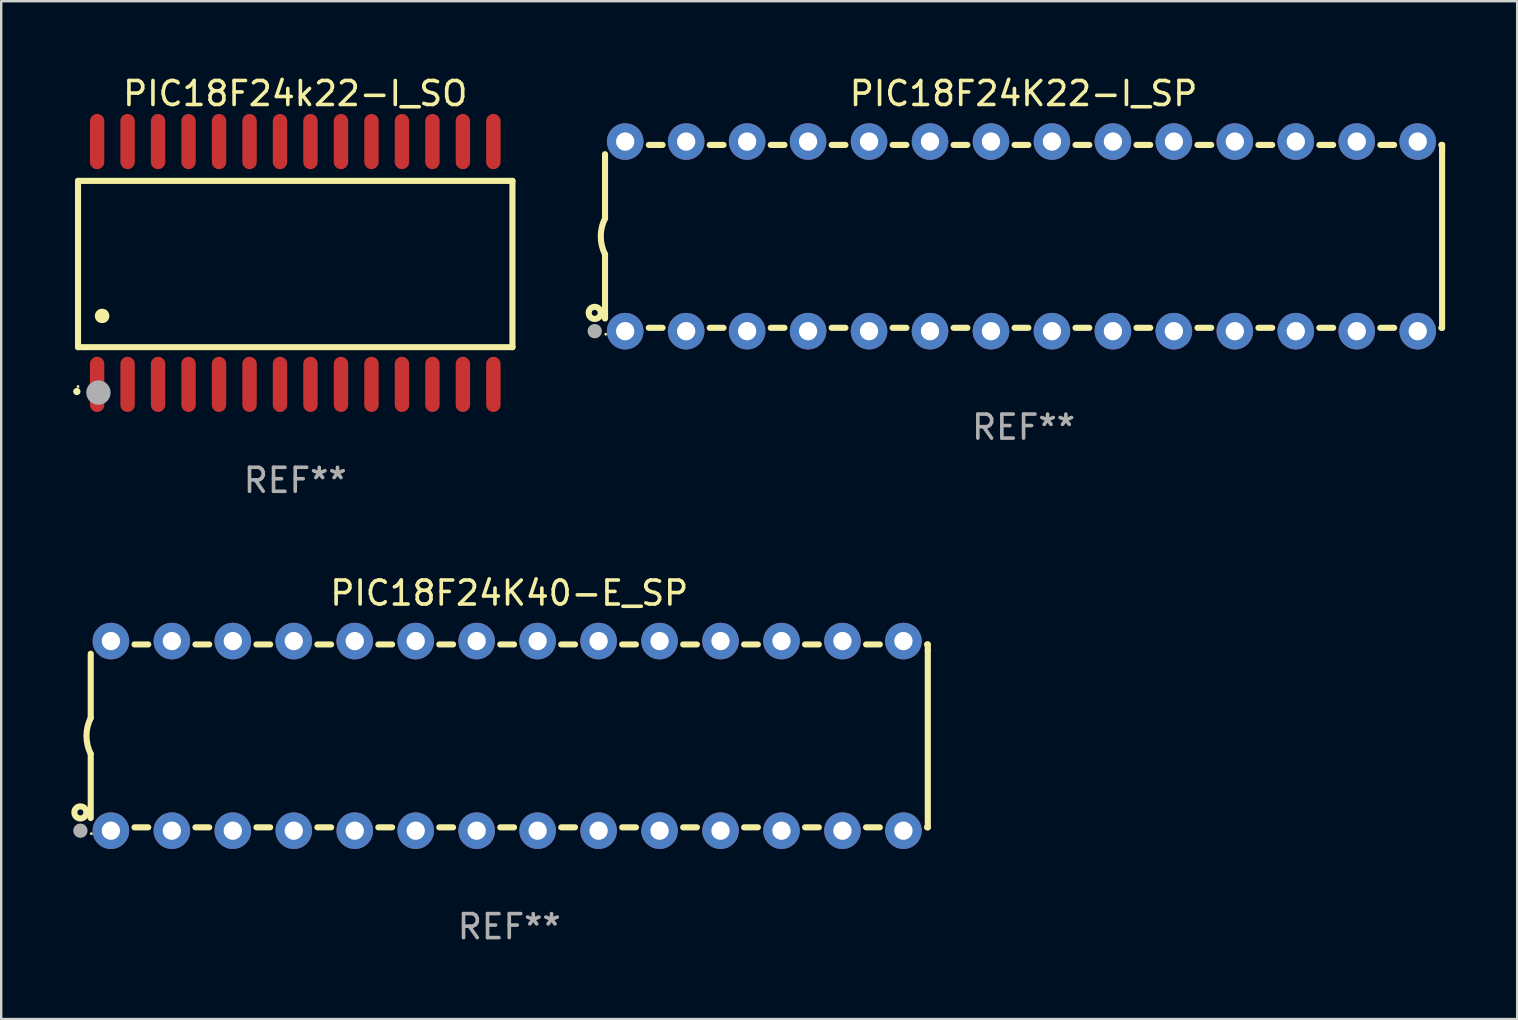
<source format=kicad_pcb>
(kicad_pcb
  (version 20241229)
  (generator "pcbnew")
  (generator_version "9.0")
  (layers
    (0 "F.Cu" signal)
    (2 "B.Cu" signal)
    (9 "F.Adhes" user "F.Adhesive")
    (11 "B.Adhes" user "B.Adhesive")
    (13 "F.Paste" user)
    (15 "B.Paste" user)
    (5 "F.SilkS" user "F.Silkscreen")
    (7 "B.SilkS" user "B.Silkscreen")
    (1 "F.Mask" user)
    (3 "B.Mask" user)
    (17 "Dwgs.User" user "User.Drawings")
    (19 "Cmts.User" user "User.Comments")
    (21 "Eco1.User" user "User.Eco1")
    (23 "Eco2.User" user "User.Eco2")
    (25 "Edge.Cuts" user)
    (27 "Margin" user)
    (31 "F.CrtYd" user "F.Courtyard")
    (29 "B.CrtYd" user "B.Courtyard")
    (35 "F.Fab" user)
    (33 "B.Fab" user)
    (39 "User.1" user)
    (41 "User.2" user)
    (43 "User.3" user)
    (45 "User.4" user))
  (footprint "PIC18F24K22-I_SP"
    (layer "F.Cu")
    (at 39.596 6.798)
    (property "Reference" "PIC18F24K22-I_SP" (at 0 -5.95 0) (layer "F.SilkS") (effects (font (size 1 1) (thickness 0.15))))
    (attr through_hole)
    (fp_line (start -17.438 0.75) (end -17.438 3.423) (stroke (width 0.254) (type solid)) (layer "F.SilkS"))
    (fp_line (start -17.438 -3.423) (end -17.438 -0.75) (stroke (width 0.254) (type solid)) (layer "F.SilkS"))
    (fp_line (start -15.615 3.81) (end -15.041 3.81) (stroke (width 0.254) (type solid)) (layer "F.SilkS"))
    (fp_line (start -15.041 -3.81) (end -15.614 -3.81) (stroke (width 0.254) (type solid)) (layer "F.SilkS"))
    (fp_line (start -13.075 3.81) (end -12.501 3.81) (stroke (width 0.254) (type solid)) (layer "F.SilkS"))
    (fp_line (start -12.501 -3.81) (end -13.074 -3.81) (stroke (width 0.254) (type solid)) (layer "F.SilkS"))
    (fp_line (start -10.535 3.81) (end -9.961 3.81) (stroke (width 0.254) (type solid)) (layer "F.SilkS"))
    (fp_line (start -9.961 -3.81) (end -10.534 -3.81) (stroke (width 0.254) (type solid)) (layer "F.SilkS"))
    (fp_line (start -7.995 3.81) (end -7.421 3.81) (stroke (width 0.254) (type solid)) (layer "F.SilkS"))
    (fp_line (start -7.421 -3.81) (end -7.995 -3.81) (stroke (width 0.254) (type solid)) (layer "F.SilkS"))
    (fp_line (start -5.455 3.81) (end -4.881 3.81) (stroke (width 0.254) (type solid)) (layer "F.SilkS"))
    (fp_line (start -4.881 -3.81) (end -5.455 -3.81) (stroke (width 0.254) (type solid)) (layer "F.SilkS"))
    (fp_line (start -2.915 3.81) (end -2.341 3.81) (stroke (width 0.254) (type solid)) (layer "F.SilkS"))
    (fp_line (start -2.341 -3.81) (end -2.915 -3.81) (stroke (width 0.254) (type solid)) (layer "F.SilkS"))
    (fp_line (start -0.375 3.81) (end 0.199 3.81) (stroke (width 0.254) (type solid)) (layer "F.SilkS"))
    (fp_line (start 0.199 -3.81) (end -0.375 -3.81) (stroke (width 0.254) (type solid)) (layer "F.SilkS"))
    (fp_line (start 2.165 3.81) (end 2.739 3.81) (stroke (width 0.254) (type solid)) (layer "F.SilkS"))
    (fp_line (start 2.739 -3.81) (end 2.165 -3.81) (stroke (width 0.254) (type solid)) (layer "F.SilkS"))
    (fp_line (start 4.705 3.81) (end 5.279 3.81) (stroke (width 0.254) (type solid)) (layer "F.SilkS"))
    (fp_line (start 5.279 -3.81) (end 4.705 -3.81) (stroke (width 0.254) (type solid)) (layer "F.SilkS"))
    (fp_line (start 7.245 3.81) (end 7.819 3.81) (stroke (width 0.254) (type solid)) (layer "F.SilkS"))
    (fp_line (start 7.819 -3.81) (end 7.245 -3.81) (stroke (width 0.254) (type solid)) (layer "F.SilkS"))
    (fp_line (start 9.785 3.81) (end 10.359 3.81) (stroke (width 0.254) (type solid)) (layer "F.SilkS"))
    (fp_line (start 10.359 -3.81) (end 9.785 -3.81) (stroke (width 0.254) (type solid)) (layer "F.SilkS"))
    (fp_line (start 12.325 3.81) (end 12.899 3.81) (stroke (width 0.254) (type solid)) (layer "F.SilkS"))
    (fp_line (start 12.899 -3.81) (end 12.325 -3.81) (stroke (width 0.254) (type solid)) (layer "F.SilkS"))
    (fp_line (start 14.865 3.81) (end 15.439 3.81) (stroke (width 0.254) (type solid)) (layer "F.SilkS"))
    (fp_line (start 15.439 -3.81) (end 14.865 -3.81) (stroke (width 0.254) (type solid)) (layer "F.SilkS"))
    (fp_line (start 17.405 3.81) (end 17.438 3.81) (stroke (width 0.254) (type solid)) (layer "F.SilkS"))
    (fp_line (start 17.438 -3.81) (end 17.405 -3.81) (stroke (width 0.254) (type solid)) (layer "F.SilkS"))
    (fp_line (start 17.438 -3.556) (end 17.438 -3.81) (stroke (width 0.254) (type solid)) (layer "F.SilkS"))
    (fp_line (start 17.438 3.81) (end 17.438 -3.556) (stroke (width 0.254) (type solid)) (layer "F.SilkS"))
    (fp_arc (start -17.437986 0.749657) (mid -17.614887 -0.000024) (end -17.437783 -0.749657) (stroke (width 0.254001) (type solid)) (layer "F.SilkS"))
    (fp_circle (center -17.868 3.188) (end -17.743 3.188) (stroke (width 0.254) (type solid)) (fill no) (layer "F.SilkS"))
    (fp_circle (center -17.411 4.077) (end -17.381 4.077) (stroke (width 0.06) (type solid)) (fill no) (layer "F.SilkS"))
    (fp_circle (center -17.868 3.95) (end -17.718 3.95) (stroke (width 0.3) (type solid)) (fill no) (layer "F.Fab"))
    (fp_text user "REF**" (at 0 7.95 0) (layer "F.Fab") (effects (font (size 1 1) (thickness 0.15))))
    (pad "1" thru_hole circle (at -16.598 3.95) (size 1.524 1.524) (drill 0.762) (layers "*.Cu" "*.Mask"))
    (pad "2" thru_hole circle (at -14.058 3.95) (size 1.524 1.524) (drill 0.762) (layers "*.Cu" "*.Mask"))
    (pad "3" thru_hole circle (at -11.518 3.95) (size 1.524 1.524) (drill 0.762) (layers "*.Cu" "*.Mask"))
    (pad "4" thru_hole circle (at -8.978 3.95) (size 1.524 1.524) (drill 0.762) (layers "*.Cu" "*.Mask"))
    (pad "5" thru_hole circle (at -6.438 3.95) (size 1.524 1.524) (drill 0.762) (layers "*.Cu" "*.Mask"))
    (pad "6" thru_hole circle (at -3.898 3.95) (size 1.524 1.524) (drill 0.762) (layers "*.Cu" "*.Mask"))
    (pad "7" thru_hole circle (at -1.358 3.95) (size 1.524 1.524) (drill 0.762) (layers "*.Cu" "*.Mask"))
    (pad "8" thru_hole circle (at 1.182 3.95) (size 1.524 1.524) (drill 0.762) (layers "*.Cu" "*.Mask"))
    (pad "9" thru_hole circle (at 3.722 3.95) (size 1.524 1.524) (drill 0.762) (layers "*.Cu" "*.Mask"))
    (pad "10" thru_hole circle (at 6.262 3.95) (size 1.524 1.524) (drill 0.762) (layers "*.Cu" "*.Mask"))
    (pad "11" thru_hole circle (at 8.802 3.95) (size 1.524 1.524) (drill 0.762) (layers "*.Cu" "*.Mask"))
    (pad "12" thru_hole circle (at 11.342 3.95) (size 1.524 1.524) (drill 0.762) (layers "*.Cu" "*.Mask"))
    (pad "13" thru_hole circle (at 13.882 3.95) (size 1.524 1.524) (drill 0.762) (layers "*.Cu" "*.Mask"))
    (pad "14" thru_hole circle (at 16.422 3.95) (size 1.524 1.524) (drill 0.762) (layers "*.Cu" "*.Mask"))
    (pad "15" thru_hole circle (at 16.422 -3.95) (size 1.524 1.524) (drill 0.762) (layers "*.Cu" "*.Mask"))
    (pad "16" thru_hole circle (at 13.882 -3.95) (size 1.524 1.524) (drill 0.762) (layers "*.Cu" "*.Mask"))
    (pad "17" thru_hole circle (at 11.342 -3.95) (size 1.524 1.524) (drill 0.762) (layers "*.Cu" "*.Mask"))
    (pad "18" thru_hole circle (at 8.802 -3.95) (size 1.524 1.524) (drill 0.762) (layers "*.Cu" "*.Mask"))
    (pad "19" thru_hole circle (at 6.262 -3.95) (size 1.524 1.524) (drill 0.762) (layers "*.Cu" "*.Mask"))
    (pad "20" thru_hole circle (at 3.722 -3.95) (size 1.524 1.524) (drill 0.762) (layers "*.Cu" "*.Mask"))
    (pad "21" thru_hole circle (at 1.182 -3.95) (size 1.524 1.524) (drill 0.762) (layers "*.Cu" "*.Mask"))
    (pad "22" thru_hole circle (at -1.358 -3.95) (size 1.524 1.524) (drill 0.762) (layers "*.Cu" "*.Mask"))
    (pad "23" thru_hole circle (at -3.898 -3.95) (size 1.524 1.524) (drill 0.762) (layers "*.Cu" "*.Mask"))
    (pad "24" thru_hole circle (at -6.438 -3.95) (size 1.524 1.524) (drill 0.762) (layers "*.Cu" "*.Mask"))
    (pad "25" thru_hole circle (at -8.978 -3.95) (size 1.524 1.524) (drill 0.762) (layers "*.Cu" "*.Mask"))
    (pad "26" thru_hole circle (at -11.517 -3.95) (size 1.524 1.524) (drill 0.762) (layers "*.Cu" "*.Mask"))
    (pad "27" thru_hole circle (at -14.057 -3.95) (size 1.524 1.524) (drill 0.762) (layers "*.Cu" "*.Mask"))
    (pad "28" thru_hole circle (at -16.597 -3.95) (size 1.524 1.524) (drill 0.762) (layers "*.Cu" "*.Mask")))
  (footprint "PIC18F24k22-I_SO"
    (layer "F.Cu")
    (at 9.251 7.906)
    (property "Reference" "PIC18F24k22-I_SO" (at 0 -7.058 0) (layer "F.SilkS") (effects (font (size 1 1) (thickness 0.15))))
    (attr through_hole)
    (fp_line (start -9.05 -3.42) (end 9.05 -3.42) (stroke (width 0.254) (type solid)) (layer "F.SilkS"))
    (fp_line (start -9.05 -2.492) (end -9.05 -3.42) (stroke (width 0.254) (type solid)) (layer "F.SilkS"))
    (fp_line (start -9.05 3.508) (end -9.05 -2.492) (stroke (width 0.254) (type solid)) (layer "F.SilkS"))
    (fp_line (start 9.05 -3.42) (end 9.05 3.508) (stroke (width 0.254) (type solid)) (layer "F.SilkS"))
    (fp_line (start 9.05 3.508) (end -9.05 3.508) (stroke (width 0.254) (type solid)) (layer "F.SilkS"))
    (fp_arc (start -9.100838 5.35649) (mid -9.099568 5.356485) (end -9.098298 5.35649) (stroke (width 0.3) (type solid)) (layer "F.SilkS"))
    (fp_arc (start -8.049276 2.206883) (mid -8.046736 2.206872) (end -8.044196 2.206883) (stroke (width 0.6) (type solid)) (layer "F.SilkS"))
    (fp_circle (center -9.05 5.15) (end -9.02 5.15) (stroke (width 0.06) (type solid)) (fill no) (layer "F.SilkS"))
    (fp_circle (center -8.2 5.4) (end -7.946 5.4) (stroke (width 0.508) (type solid)) (fill no) (layer "F.Fab"))
    (fp_text user "REF**" (at 0 9.058 0) (layer "F.Fab") (effects (font (size 1 1) (thickness 0.15))))
    (pad "1" smd oval (at -8.255 5.058 180) (size 0.6 2.3) (layers "F.Cu" "F.Mask" "F.Paste"))
    (pad "2" smd oval (at -6.985 5.058 180) (size 0.6 2.3) (layers "F.Cu" "F.Mask" "F.Paste"))
    (pad "3" smd oval (at -5.715 5.058 180) (size 0.6 2.3) (layers "F.Cu" "F.Mask" "F.Paste"))
    (pad "4" smd oval (at -4.445 5.058 180) (size 0.6 2.3) (layers "F.Cu" "F.Mask" "F.Paste"))
    (pad "5" smd oval (at -3.175 5.058 180) (size 0.6 2.3) (layers "F.Cu" "F.Mask" "F.Paste"))
    (pad "6" smd oval (at -1.905 5.058 180) (size 0.6 2.3) (layers "F.Cu" "F.Mask" "F.Paste"))
    (pad "7" smd oval (at -0.635 5.058 180) (size 0.6 2.3) (layers "F.Cu" "F.Mask" "F.Paste"))
    (pad "8" smd oval (at 0.635 5.058 180) (size 0.6 2.3) (layers "F.Cu" "F.Mask" "F.Paste"))
    (pad "9" smd oval (at 1.905 5.058 180) (size 0.6 2.3) (layers "F.Cu" "F.Mask" "F.Paste"))
    (pad "10" smd oval (at 3.175 5.058 180) (size 0.6 2.3) (layers "F.Cu" "F.Mask" "F.Paste"))
    (pad "11" smd oval (at 4.445 5.058 180) (size 0.6 2.3) (layers "F.Cu" "F.Mask" "F.Paste"))
    (pad "12" smd oval (at 5.715 5.058 180) (size 0.6 2.3) (layers "F.Cu" "F.Mask" "F.Paste"))
    (pad "13" smd oval (at 6.985 5.058 180) (size 0.6 2.3) (layers "F.Cu" "F.Mask" "F.Paste"))
    (pad "14" smd oval (at 8.255 5.058 180) (size 0.6 2.3) (layers "F.Cu" "F.Mask" "F.Paste"))
    (pad "15" smd oval (at 8.255 -5.058 180) (size 0.6 2.3) (layers "F.Cu" "F.Mask" "F.Paste"))
    (pad "16" smd oval (at 6.985 -5.058 180) (size 0.6 2.3) (layers "F.Cu" "F.Mask" "F.Paste"))
    (pad "17" smd oval (at 5.715 -5.058 180) (size 0.6 2.3) (layers "F.Cu" "F.Mask" "F.Paste"))
    (pad "18" smd oval (at 4.445 -5.058 180) (size 0.6 2.3) (layers "F.Cu" "F.Mask" "F.Paste"))
    (pad "19" smd oval (at 3.175 -5.058 180) (size 0.6 2.3) (layers "F.Cu" "F.Mask" "F.Paste"))
    (pad "20" smd oval (at 1.905 -5.058 180) (size 0.6 2.3) (layers "F.Cu" "F.Mask" "F.Paste"))
    (pad "21" smd oval (at 0.635 -5.058 180) (size 0.6 2.3) (layers "F.Cu" "F.Mask" "F.Paste"))
    (pad "22" smd oval (at -0.635 -5.058 180) (size 0.6 2.3) (layers "F.Cu" "F.Mask" "F.Paste"))
    (pad "23" smd oval (at -1.905 -5.058 180) (size 0.6 2.3) (layers "F.Cu" "F.Mask" "F.Paste"))
    (pad "24" smd oval (at -3.175 -5.058 180) (size 0.6 2.3) (layers "F.Cu" "F.Mask" "F.Paste"))
    (pad "25" smd oval (at -4.445 -5.058 180) (size 0.6 2.3) (layers "F.Cu" "F.Mask" "F.Paste"))
    (pad "26" smd oval (at -5.715 -5.058 180) (size 0.6 2.3) (layers "F.Cu" "F.Mask" "F.Paste"))
    (pad "27" smd oval (at -6.985 -5.058 180) (size 0.6 2.3) (layers "F.Cu" "F.Mask" "F.Paste"))
    (pad "28" smd oval (at -8.255 -5.058 180) (size 0.6 2.3) (layers "F.Cu" "F.Mask" "F.Paste")))
  (footprint "PIC18F24K40-E_SP"
    (layer "F.Cu")
    (at 18.168 27.61)
    (property "Reference" "PIC18F24K40-E_SP" (at 0 -5.95 0) (layer "F.SilkS") (effects (font (size 1 1) (thickness 0.15))))
    (attr through_hole)
    (fp_line (start -17.438 0.75) (end -17.438 3.423) (stroke (width 0.254) (type solid)) (layer "F.SilkS"))
    (fp_line (start -17.438 -3.423) (end -17.438 -0.75) (stroke (width 0.254) (type solid)) (layer "F.SilkS"))
    (fp_line (start -15.615 3.81) (end -15.041 3.81) (stroke (width 0.254) (type solid)) (layer "F.SilkS"))
    (fp_line (start -15.041 -3.81) (end -15.614 -3.81) (stroke (width 0.254) (type solid)) (layer "F.SilkS"))
    (fp_line (start -13.075 3.81) (end -12.501 3.81) (stroke (width 0.254) (type solid)) (layer "F.SilkS"))
    (fp_line (start -12.501 -3.81) (end -13.074 -3.81) (stroke (width 0.254) (type solid)) (layer "F.SilkS"))
    (fp_line (start -10.535 3.81) (end -9.961 3.81) (stroke (width 0.254) (type solid)) (layer "F.SilkS"))
    (fp_line (start -9.961 -3.81) (end -10.534 -3.81) (stroke (width 0.254) (type solid)) (layer "F.SilkS"))
    (fp_line (start -7.995 3.81) (end -7.421 3.81) (stroke (width 0.254) (type solid)) (layer "F.SilkS"))
    (fp_line (start -7.421 -3.81) (end -7.995 -3.81) (stroke (width 0.254) (type solid)) (layer "F.SilkS"))
    (fp_line (start -5.455 3.81) (end -4.881 3.81) (stroke (width 0.254) (type solid)) (layer "F.SilkS"))
    (fp_line (start -4.881 -3.81) (end -5.455 -3.81) (stroke (width 0.254) (type solid)) (layer "F.SilkS"))
    (fp_line (start -2.915 3.81) (end -2.341 3.81) (stroke (width 0.254) (type solid)) (layer "F.SilkS"))
    (fp_line (start -2.341 -3.81) (end -2.915 -3.81) (stroke (width 0.254) (type solid)) (layer "F.SilkS"))
    (fp_line (start -0.375 3.81) (end 0.199 3.81) (stroke (width 0.254) (type solid)) (layer "F.SilkS"))
    (fp_line (start 0.199 -3.81) (end -0.375 -3.81) (stroke (width 0.254) (type solid)) (layer "F.SilkS"))
    (fp_line (start 2.165 3.81) (end 2.739 3.81) (stroke (width 0.254) (type solid)) (layer "F.SilkS"))
    (fp_line (start 2.739 -3.81) (end 2.165 -3.81) (stroke (width 0.254) (type solid)) (layer "F.SilkS"))
    (fp_line (start 4.705 3.81) (end 5.279 3.81) (stroke (width 0.254) (type solid)) (layer "F.SilkS"))
    (fp_line (start 5.279 -3.81) (end 4.705 -3.81) (stroke (width 0.254) (type solid)) (layer "F.SilkS"))
    (fp_line (start 7.245 3.81) (end 7.819 3.81) (stroke (width 0.254) (type solid)) (layer "F.SilkS"))
    (fp_line (start 7.819 -3.81) (end 7.245 -3.81) (stroke (width 0.254) (type solid)) (layer "F.SilkS"))
    (fp_line (start 9.785 3.81) (end 10.359 3.81) (stroke (width 0.254) (type solid)) (layer "F.SilkS"))
    (fp_line (start 10.359 -3.81) (end 9.785 -3.81) (stroke (width 0.254) (type solid)) (layer "F.SilkS"))
    (fp_line (start 12.325 3.81) (end 12.899 3.81) (stroke (width 0.254) (type solid)) (layer "F.SilkS"))
    (fp_line (start 12.899 -3.81) (end 12.325 -3.81) (stroke (width 0.254) (type solid)) (layer "F.SilkS"))
    (fp_line (start 14.865 3.81) (end 15.439 3.81) (stroke (width 0.254) (type solid)) (layer "F.SilkS"))
    (fp_line (start 15.439 -3.81) (end 14.865 -3.81) (stroke (width 0.254) (type solid)) (layer "F.SilkS"))
    (fp_line (start 17.405 3.81) (end 17.438 3.81) (stroke (width 0.254) (type solid)) (layer "F.SilkS"))
    (fp_line (start 17.438 -3.81) (end 17.405 -3.81) (stroke (width 0.254) (type solid)) (layer "F.SilkS"))
    (fp_line (start 17.438 -3.556) (end 17.438 -3.81) (stroke (width 0.254) (type solid)) (layer "F.SilkS"))
    (fp_line (start 17.438 3.81) (end 17.438 -3.556) (stroke (width 0.254) (type solid)) (layer "F.SilkS"))
    (fp_arc (start -17.437986 0.749657) (mid -17.614887 -0.000024) (end -17.437783 -0.749657) (stroke (width 0.254001) (type solid)) (layer "F.SilkS"))
    (fp_circle (center -17.868 3.188) (end -17.743 3.188) (stroke (width 0.254) (type solid)) (fill no) (layer "F.SilkS"))
    (fp_circle (center -17.411 4.077) (end -17.381 4.077) (stroke (width 0.06) (type solid)) (fill no) (layer "F.SilkS"))
    (fp_circle (center -17.868 3.95) (end -17.718 3.95) (stroke (width 0.3) (type solid)) (fill no) (layer "F.Fab"))
    (fp_text user "REF**" (at 0 7.95 0) (layer "F.Fab") (effects (font (size 1 1) (thickness 0.15))))
    (pad "1" thru_hole circle (at -16.598 3.95) (size 1.524 1.524) (drill 0.762) (layers "*.Cu" "*.Mask"))
    (pad "2" thru_hole circle (at -14.058 3.95) (size 1.524 1.524) (drill 0.762) (layers "*.Cu" "*.Mask"))
    (pad "3" thru_hole circle (at -11.518 3.95) (size 1.524 1.524) (drill 0.762) (layers "*.Cu" "*.Mask"))
    (pad "4" thru_hole circle (at -8.978 3.95) (size 1.524 1.524) (drill 0.762) (layers "*.Cu" "*.Mask"))
    (pad "5" thru_hole circle (at -6.438 3.95) (size 1.524 1.524) (drill 0.762) (layers "*.Cu" "*.Mask"))
    (pad "6" thru_hole circle (at -3.898 3.95) (size 1.524 1.524) (drill 0.762) (layers "*.Cu" "*.Mask"))
    (pad "7" thru_hole circle (at -1.358 3.95) (size 1.524 1.524) (drill 0.762) (layers "*.Cu" "*.Mask"))
    (pad "8" thru_hole circle (at 1.182 3.95) (size 1.524 1.524) (drill 0.762) (layers "*.Cu" "*.Mask"))
    (pad "9" thru_hole circle (at 3.722 3.95) (size 1.524 1.524) (drill 0.762) (layers "*.Cu" "*.Mask"))
    (pad "10" thru_hole circle (at 6.262 3.95) (size 1.524 1.524) (drill 0.762) (layers "*.Cu" "*.Mask"))
    (pad "11" thru_hole circle (at 8.802 3.95) (size 1.524 1.524) (drill 0.762) (layers "*.Cu" "*.Mask"))
    (pad "12" thru_hole circle (at 11.342 3.95) (size 1.524 1.524) (drill 0.762) (layers "*.Cu" "*.Mask"))
    (pad "13" thru_hole circle (at 13.882 3.95) (size 1.524 1.524) (drill 0.762) (layers "*.Cu" "*.Mask"))
    (pad "14" thru_hole circle (at 16.422 3.95) (size 1.524 1.524) (drill 0.762) (layers "*.Cu" "*.Mask"))
    (pad "15" thru_hole circle (at 16.422 -3.95) (size 1.524 1.524) (drill 0.762) (layers "*.Cu" "*.Mask"))
    (pad "16" thru_hole circle (at 13.882 -3.95) (size 1.524 1.524) (drill 0.762) (layers "*.Cu" "*.Mask"))
    (pad "17" thru_hole circle (at 11.342 -3.95) (size 1.524 1.524) (drill 0.762) (layers "*.Cu" "*.Mask"))
    (pad "18" thru_hole circle (at 8.802 -3.95) (size 1.524 1.524) (drill 0.762) (layers "*.Cu" "*.Mask"))
    (pad "19" thru_hole circle (at 6.262 -3.95) (size 1.524 1.524) (drill 0.762) (layers "*.Cu" "*.Mask"))
    (pad "20" thru_hole circle (at 3.722 -3.95) (size 1.524 1.524) (drill 0.762) (layers "*.Cu" "*.Mask"))
    (pad "21" thru_hole circle (at 1.182 -3.95) (size 1.524 1.524) (drill 0.762) (layers "*.Cu" "*.Mask"))
    (pad "22" thru_hole circle (at -1.358 -3.95) (size 1.524 1.524) (drill 0.762) (layers "*.Cu" "*.Mask"))
    (pad "23" thru_hole circle (at -3.898 -3.95) (size 1.524 1.524) (drill 0.762) (layers "*.Cu" "*.Mask"))
    (pad "24" thru_hole circle (at -6.438 -3.95) (size 1.524 1.524) (drill 0.762) (layers "*.Cu" "*.Mask"))
    (pad "25" thru_hole circle (at -8.978 -3.95) (size 1.524 1.524) (drill 0.762) (layers "*.Cu" "*.Mask"))
    (pad "26" thru_hole circle (at -11.517 -3.95) (size 1.524 1.524) (drill 0.762) (layers "*.Cu" "*.Mask"))
    (pad "27" thru_hole circle (at -14.057 -3.95) (size 1.524 1.524) (drill 0.762) (layers "*.Cu" "*.Mask"))
    (pad "28" thru_hole circle (at -16.597 -3.95) (size 1.524 1.524) (drill 0.762) (layers "*.Cu" "*.Mask")))
  (gr_rect
    (start -3 -3)
    (end 60.161 39.408)
    (stroke (width 0.1) (type default))
    (fill no)
    (layer "Edge.Cuts")))
</source>
